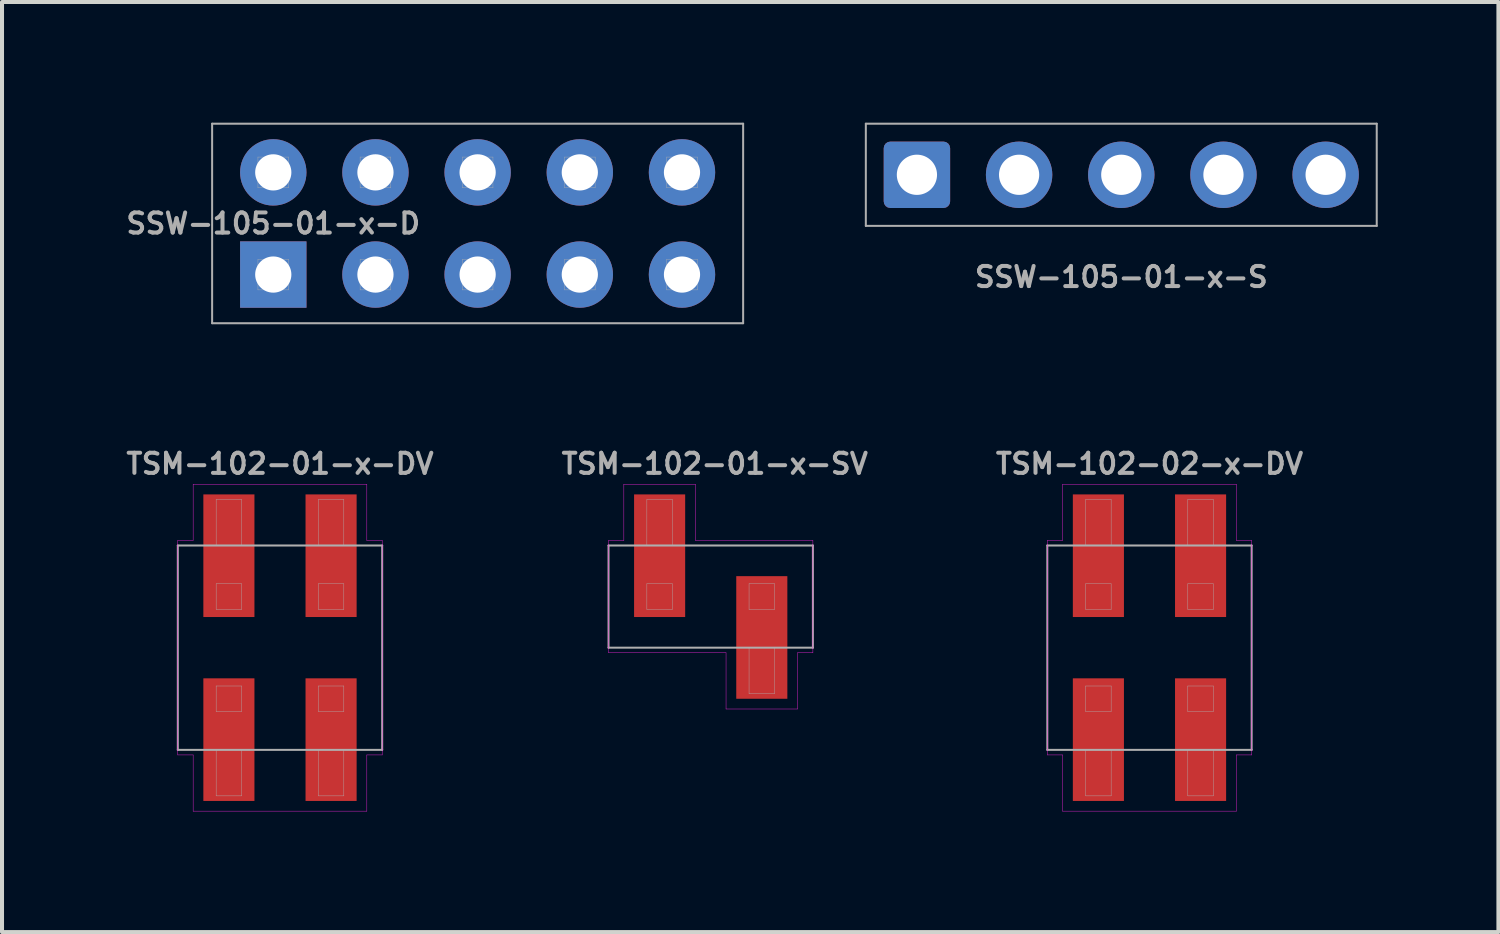
<source format=kicad_pcb>
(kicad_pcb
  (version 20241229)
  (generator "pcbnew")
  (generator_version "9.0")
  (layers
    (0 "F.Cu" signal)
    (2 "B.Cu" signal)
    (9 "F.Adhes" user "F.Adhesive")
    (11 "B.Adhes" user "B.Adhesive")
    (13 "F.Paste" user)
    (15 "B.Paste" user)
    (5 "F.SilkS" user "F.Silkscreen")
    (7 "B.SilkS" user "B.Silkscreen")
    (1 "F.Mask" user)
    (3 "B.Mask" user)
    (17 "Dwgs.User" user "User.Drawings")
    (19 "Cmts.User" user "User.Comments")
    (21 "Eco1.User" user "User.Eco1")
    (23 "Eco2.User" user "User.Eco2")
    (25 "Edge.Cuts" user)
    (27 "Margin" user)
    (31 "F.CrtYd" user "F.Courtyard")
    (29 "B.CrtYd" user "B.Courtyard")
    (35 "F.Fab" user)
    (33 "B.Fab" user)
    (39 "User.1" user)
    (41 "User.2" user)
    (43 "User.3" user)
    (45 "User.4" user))
  (footprint "SSW-105-01-x-D"
    (layer "F.Cu")
    (at 8.823 2.505)
    (property "Reference" "SSW-105-01-x-D" (at -5.08 0 0) (layer "F.Fab") (effects (font (size 0.5 0.5) (thickness 0.1))))
    (attr smd)
    (fp_line (start -6.6 -2.48) (end 6.6 -2.48) (stroke (width 0.05) (type solid)) (layer "F.Fab"))
    (fp_line (start -6.6 2.48) (end -6.6 -2.48) (stroke (width 0.05) (type solid)) (layer "F.Fab"))
    (fp_line (start -5.461 -1.651) (end -4.699 -1.651) (stroke (width 0.01) (type solid)) (layer "F.Fab"))
    (fp_line (start -5.461 -0.889) (end -5.461 -1.651) (stroke (width 0.01) (type solid)) (layer "F.Fab"))
    (fp_line (start -5.461 0.889) (end -4.699 0.889) (stroke (width 0.01) (type solid)) (layer "F.Fab"))
    (fp_line (start -5.461 1.651) (end -5.461 0.889) (stroke (width 0.01) (type solid)) (layer "F.Fab"))
    (fp_line (start -4.699 -1.651) (end -4.699 -0.889) (stroke (width 0.01) (type solid)) (layer "F.Fab"))
    (fp_line (start -4.699 -0.889) (end -5.461 -0.889) (stroke (width 0.01) (type solid)) (layer "F.Fab"))
    (fp_line (start -4.699 0.889) (end -4.699 1.651) (stroke (width 0.01) (type solid)) (layer "F.Fab"))
    (fp_line (start -4.699 1.651) (end -5.461 1.651) (stroke (width 0.01) (type solid)) (layer "F.Fab"))
    (fp_line (start -2.921 -1.651) (end -2.159 -1.651) (stroke (width 0.01) (type solid)) (layer "F.Fab"))
    (fp_line (start -2.921 -0.889) (end -2.921 -1.651) (stroke (width 0.01) (type solid)) (layer "F.Fab"))
    (fp_line (start -2.921 0.889) (end -2.159 0.889) (stroke (width 0.01) (type solid)) (layer "F.Fab"))
    (fp_line (start -2.921 1.651) (end -2.921 0.889) (stroke (width 0.01) (type solid)) (layer "F.Fab"))
    (fp_line (start -2.159 -1.651) (end -2.159 -0.889) (stroke (width 0.01) (type solid)) (layer "F.Fab"))
    (fp_line (start -2.159 -0.889) (end -2.921 -0.889) (stroke (width 0.01) (type solid)) (layer "F.Fab"))
    (fp_line (start -2.159 0.889) (end -2.159 1.651) (stroke (width 0.01) (type solid)) (layer "F.Fab"))
    (fp_line (start -2.159 1.651) (end -2.921 1.651) (stroke (width 0.01) (type solid)) (layer "F.Fab"))
    (fp_line (start -0.381 -1.651) (end 0.381 -1.651) (stroke (width 0.01) (type solid)) (layer "F.Fab"))
    (fp_line (start -0.381 -0.889) (end -0.381 -1.651) (stroke (width 0.01) (type solid)) (layer "F.Fab"))
    (fp_line (start -0.381 0.889) (end 0.381 0.889) (stroke (width 0.01) (type solid)) (layer "F.Fab"))
    (fp_line (start -0.381 1.651) (end -0.381 0.889) (stroke (width 0.01) (type solid)) (layer "F.Fab"))
    (fp_line (start 0.381 -1.651) (end 0.381 -0.889) (stroke (width 0.01) (type solid)) (layer "F.Fab"))
    (fp_line (start 0.381 -0.889) (end -0.381 -0.889) (stroke (width 0.01) (type solid)) (layer "F.Fab"))
    (fp_line (start 0.381 0.889) (end 0.381 1.651) (stroke (width 0.01) (type solid)) (layer "F.Fab"))
    (fp_line (start 0.381 1.651) (end -0.381 1.651) (stroke (width 0.01) (type solid)) (layer "F.Fab"))
    (fp_line (start 2.159 -1.651) (end 2.921 -1.651) (stroke (width 0.01) (type solid)) (layer "F.Fab"))
    (fp_line (start 2.159 -0.889) (end 2.159 -1.651) (stroke (width 0.01) (type solid)) (layer "F.Fab"))
    (fp_line (start 2.159 0.889) (end 2.921 0.889) (stroke (width 0.01) (type solid)) (layer "F.Fab"))
    (fp_line (start 2.159 1.651) (end 2.159 0.889) (stroke (width 0.01) (type solid)) (layer "F.Fab"))
    (fp_line (start 2.921 -1.651) (end 2.921 -0.889) (stroke (width 0.01) (type solid)) (layer "F.Fab"))
    (fp_line (start 2.921 -0.889) (end 2.159 -0.889) (stroke (width 0.01) (type solid)) (layer "F.Fab"))
    (fp_line (start 2.921 0.889) (end 2.921 1.651) (stroke (width 0.01) (type solid)) (layer "F.Fab"))
    (fp_line (start 2.921 1.651) (end 2.159 1.651) (stroke (width 0.01) (type solid)) (layer "F.Fab"))
    (fp_line (start 4.699 -1.651) (end 5.461 -1.651) (stroke (width 0.01) (type solid)) (layer "F.Fab"))
    (fp_line (start 4.699 -0.889) (end 4.699 -1.651) (stroke (width 0.01) (type solid)) (layer "F.Fab"))
    (fp_line (start 4.699 0.889) (end 5.461 0.889) (stroke (width 0.01) (type solid)) (layer "F.Fab"))
    (fp_line (start 4.699 1.651) (end 4.699 0.889) (stroke (width 0.01) (type solid)) (layer "F.Fab"))
    (fp_line (start 5.461 -1.651) (end 5.461 -0.889) (stroke (width 0.01) (type solid)) (layer "F.Fab"))
    (fp_line (start 5.461 -0.889) (end 4.699 -0.889) (stroke (width 0.01) (type solid)) (layer "F.Fab"))
    (fp_line (start 5.461 0.889) (end 5.461 1.651) (stroke (width 0.01) (type solid)) (layer "F.Fab"))
    (fp_line (start 5.461 1.651) (end 4.699 1.651) (stroke (width 0.01) (type solid)) (layer "F.Fab"))
    (fp_line (start 6.6 -2.48) (end 6.6 2.48) (stroke (width 0.05) (type solid)) (layer "F.Fab"))
    (fp_line (start 6.6 2.48) (end -6.6 2.48) (stroke (width 0.05) (type solid)) (layer "F.Fab"))
    (pad "1" thru_hole rect (at -5.08 1.27) (size 1.65 1.65) (drill 0.9) (layers "*.Cu" "*.Mask"))
    (pad "2" thru_hole circle (at -5.08 -1.27) (size 1.65 1.65) (drill 0.9) (layers "*.Cu" "*.Mask"))
    (pad "3" thru_hole circle (at -2.54 1.27) (size 1.65 1.65) (drill 0.9) (layers "*.Cu" "*.Mask"))
    (pad "4" thru_hole circle (at -2.54 -1.27) (size 1.65 1.65) (drill 0.9) (layers "*.Cu" "*.Mask"))
    (pad "5" thru_hole circle (at 0 1.27) (size 1.65 1.65) (drill 0.9) (layers "*.Cu" "*.Mask"))
    (pad "6" thru_hole circle (at 0 -1.27) (size 1.65 1.65) (drill 0.9) (layers "*.Cu" "*.Mask"))
    (pad "7" thru_hole circle (at 2.54 1.27) (size 1.65 1.65) (drill 0.9) (layers "*.Cu" "*.Mask"))
    (pad "8" thru_hole circle (at 2.54 -1.27) (size 1.65 1.65) (drill 0.9) (layers "*.Cu" "*.Mask"))
    (pad "9" thru_hole circle (at 5.08 1.27) (size 1.65 1.65) (drill 0.9) (layers "*.Cu" "*.Mask"))
    (pad "10" thru_hole circle (at 5.08 -1.27) (size 1.65 1.65) (drill 0.9) (layers "*.Cu" "*.Mask")))
  (footprint "TSM-102-01-x-DV"
    (layer "F.Cu")
    (at 3.91 13.05)
    (property "Reference" "TSM-102-01-x-DV" (at 0 -4.572 0) (layer "F.Fab") (effects (font (size 0.5 0.5) (thickness 0.1))))
    (attr smd)
    (fp_line (start -2.54 -2.667) (end -2.54 2.667) (stroke (width 0.01) (type solid)) (layer "F.CrtYd"))
    (fp_line (start -2.54 -2.667) (end -2.159 -2.667) (stroke (width 0.01) (type solid)) (layer "F.CrtYd"))
    (fp_line (start -2.54 2.667) (end -2.159 2.667) (stroke (width 0.01) (type solid)) (layer "F.CrtYd"))
    (fp_line (start -2.159 -4.064) (end 2.159 -4.064) (stroke (width 0.01) (type solid)) (layer "F.CrtYd"))
    (fp_line (start -2.159 -2.667) (end -2.159 -4.064) (stroke (width 0.01) (type solid)) (layer "F.CrtYd"))
    (fp_line (start -2.159 2.667) (end -2.159 4.064) (stroke (width 0.01) (type solid)) (layer "F.CrtYd"))
    (fp_line (start -2.159 4.064) (end 2.159 4.064) (stroke (width 0.01) (type solid)) (layer "F.CrtYd"))
    (fp_line (start 2.159 -4.064) (end 2.159 -2.667) (stroke (width 0.01) (type solid)) (layer "F.CrtYd"))
    (fp_line (start 2.159 -2.667) (end 2.54 -2.667) (stroke (width 0.01) (type solid)) (layer "F.CrtYd"))
    (fp_line (start 2.159 2.667) (end 2.54 2.667) (stroke (width 0.01) (type solid)) (layer "F.CrtYd"))
    (fp_line (start 2.159 4.064) (end 2.159 2.667) (stroke (width 0.01) (type solid)) (layer "F.CrtYd"))
    (fp_line (start 2.54 2.667) (end 2.54 -2.667) (stroke (width 0.01) (type solid)) (layer "F.CrtYd"))
    (fp_line (start -2.54 -2.54) (end 2.54 -2.54) (stroke (width 0.05) (type solid)) (layer "F.Fab"))
    (fp_line (start -2.54 2.54) (end -2.54 -2.54) (stroke (width 0.05) (type solid)) (layer "F.Fab"))
    (fp_line (start -1.587 -3.683) (end -0.953 -3.683) (stroke (width 0.01) (type solid)) (layer "F.Fab"))
    (fp_line (start -1.587 -2.54) (end -1.587 -3.683) (stroke (width 0.01) (type solid)) (layer "F.Fab"))
    (fp_line (start -1.587 -1.587) (end -1.587 -0.953) (stroke (width 0.01) (type solid)) (layer "F.Fab"))
    (fp_line (start -1.587 -0.953) (end -0.953 -0.953) (stroke (width 0.01) (type solid)) (layer "F.Fab"))
    (fp_line (start -1.587 0.953) (end -1.587 1.587) (stroke (width 0.01) (type solid)) (layer "F.Fab"))
    (fp_line (start -1.587 1.587) (end -0.953 1.587) (stroke (width 0.01) (type solid)) (layer "F.Fab"))
    (fp_line (start -1.587 3.683) (end -1.587 2.54) (stroke (width 0.01) (type solid)) (layer "F.Fab"))
    (fp_line (start -0.953 -3.683) (end -0.953 -2.54) (stroke (width 0.01) (type solid)) (layer "F.Fab"))
    (fp_line (start -0.953 -1.587) (end -1.587 -1.587) (stroke (width 0.01) (type solid)) (layer "F.Fab"))
    (fp_line (start -0.953 -0.953) (end -0.953 -1.587) (stroke (width 0.01) (type solid)) (layer "F.Fab"))
    (fp_line (start -0.953 0.953) (end -1.587 0.953) (stroke (width 0.01) (type solid)) (layer "F.Fab"))
    (fp_line (start -0.953 1.587) (end -0.953 0.953) (stroke (width 0.01) (type solid)) (layer "F.Fab"))
    (fp_line (start -0.953 2.54) (end -0.953 3.683) (stroke (width 0.01) (type solid)) (layer "F.Fab"))
    (fp_line (start -0.953 3.683) (end -1.587 3.683) (stroke (width 0.01) (type solid)) (layer "F.Fab"))
    (fp_line (start 0.953 -3.683) (end 1.587 -3.683) (stroke (width 0.01) (type solid)) (layer "F.Fab"))
    (fp_line (start 0.953 -2.54) (end 0.953 -3.683) (stroke (width 0.01) (type solid)) (layer "F.Fab"))
    (fp_line (start 0.953 -1.587) (end 0.953 -0.953) (stroke (width 0.01) (type solid)) (layer "F.Fab"))
    (fp_line (start 0.953 -0.953) (end 1.587 -0.953) (stroke (width 0.01) (type solid)) (layer "F.Fab"))
    (fp_line (start 0.953 0.953) (end 0.953 1.587) (stroke (width 0.01) (type solid)) (layer "F.Fab"))
    (fp_line (start 0.953 1.587) (end 1.587 1.587) (stroke (width 0.01) (type solid)) (layer "F.Fab"))
    (fp_line (start 0.953 3.683) (end 0.953 2.54) (stroke (width 0.01) (type solid)) (layer "F.Fab"))
    (fp_line (start 1.587 -3.683) (end 1.587 -2.54) (stroke (width 0.01) (type solid)) (layer "F.Fab"))
    (fp_line (start 1.587 -1.587) (end 0.953 -1.587) (stroke (width 0.01) (type solid)) (layer "F.Fab"))
    (fp_line (start 1.587 -0.953) (end 1.587 -1.587) (stroke (width 0.01) (type solid)) (layer "F.Fab"))
    (fp_line (start 1.587 0.953) (end 0.953 0.953) (stroke (width 0.01) (type solid)) (layer "F.Fab"))
    (fp_line (start 1.587 1.587) (end 1.587 0.953) (stroke (width 0.01) (type solid)) (layer "F.Fab"))
    (fp_line (start 1.587 2.54) (end 1.587 3.683) (stroke (width 0.01) (type solid)) (layer "F.Fab"))
    (fp_line (start 1.587 3.683) (end 0.953 3.683) (stroke (width 0.01) (type solid)) (layer "F.Fab"))
    (fp_line (start 2.54 -2.54) (end 2.54 2.54) (stroke (width 0.05) (type solid)) (layer "F.Fab"))
    (fp_line (start 2.54 2.54) (end -2.54 2.54) (stroke (width 0.05) (type solid)) (layer "F.Fab"))
    (pad "1" smd rect (at -1.27 2.286) (size 1.27 3.048) (layers "F.Cu" "F.Mask" "F.Paste"))
    (pad "2" smd rect (at -1.27 -2.286) (size 1.27 3.048) (layers "F.Cu" "F.Mask" "F.Paste"))
    (pad "3" smd rect (at 1.27 2.286) (size 1.27 3.048) (layers "F.Cu" "F.Mask" "F.Paste"))
    (pad "4" smd rect (at 1.27 -2.286) (size 1.27 3.048) (layers "F.Cu" "F.Mask" "F.Paste")))
  (footprint "TSM-102-01-x-SV"
    (layer "F.Cu")
    (at 14.617 11.78)
    (property "Reference" "TSM-102-01-x-SV" (at 0.1 -3.302 0) (layer "F.Fab") (effects (font (size 0.5 0.5) (thickness 0.1))))
    (attr smd)
    (fp_line (start -2.54 -1.397) (end -2.54 1.397) (stroke (width 0.01) (type solid)) (layer "F.CrtYd"))
    (fp_line (start -2.54 -1.397) (end -2.159 -1.397) (stroke (width 0.01) (type solid)) (layer "F.CrtYd"))
    (fp_line (start -2.54 1.397) (end 0.381 1.397) (stroke (width 0.01) (type solid)) (layer "F.CrtYd"))
    (fp_line (start -2.159 -2.794) (end -0.381 -2.794) (stroke (width 0.01) (type solid)) (layer "F.CrtYd"))
    (fp_line (start -2.159 -1.397) (end -2.159 -2.794) (stroke (width 0.01) (type solid)) (layer "F.CrtYd"))
    (fp_line (start -0.381 -2.794) (end -0.381 -1.397) (stroke (width 0.01) (type solid)) (layer "F.CrtYd"))
    (fp_line (start -0.381 -1.397) (end 2.54 -1.397) (stroke (width 0.01) (type solid)) (layer "F.CrtYd"))
    (fp_line (start 0.381 1.397) (end 0.381 2.794) (stroke (width 0.01) (type solid)) (layer "F.CrtYd"))
    (fp_line (start 0.381 2.794) (end 2.159 2.794) (stroke (width 0.01) (type solid)) (layer "F.CrtYd"))
    (fp_line (start 2.159 1.397) (end 2.54 1.397) (stroke (width 0.01) (type solid)) (layer "F.CrtYd"))
    (fp_line (start 2.159 2.794) (end 2.159 1.397) (stroke (width 0.01) (type solid)) (layer "F.CrtYd"))
    (fp_line (start 2.54 1.397) (end 2.54 -1.397) (stroke (width 0.01) (type solid)) (layer "F.CrtYd"))
    (fp_line (start -2.54 -1.27) (end -2.54 1.27) (stroke (width 0.05) (type solid)) (layer "F.Fab"))
    (fp_line (start -2.54 1.27) (end 2.54 1.27) (stroke (width 0.05) (type solid)) (layer "F.Fab"))
    (fp_line (start -1.587 -2.413) (end -0.953 -2.413) (stroke (width 0.01) (type solid)) (layer "F.Fab"))
    (fp_line (start -1.587 -1.27) (end -1.587 -2.413) (stroke (width 0.01) (type solid)) (layer "F.Fab"))
    (fp_line (start -1.587 -0.318) (end -1.587 0.318) (stroke (width 0.01) (type solid)) (layer "F.Fab"))
    (fp_line (start -1.587 0.318) (end -0.953 0.318) (stroke (width 0.01) (type solid)) (layer "F.Fab"))
    (fp_line (start -0.953 -2.413) (end -0.953 -1.27) (stroke (width 0.01) (type solid)) (layer "F.Fab"))
    (fp_line (start -0.953 -0.318) (end -1.587 -0.318) (stroke (width 0.01) (type solid)) (layer "F.Fab"))
    (fp_line (start -0.953 0.318) (end -0.953 -0.318) (stroke (width 0.01) (type solid)) (layer "F.Fab"))
    (fp_line (start 0.953 -0.318) (end 0.953 0.318) (stroke (width 0.01) (type solid)) (layer "F.Fab"))
    (fp_line (start 0.953 0.318) (end 1.587 0.318) (stroke (width 0.01) (type solid)) (layer "F.Fab"))
    (fp_line (start 0.953 2.413) (end 0.953 1.27) (stroke (width 0.01) (type solid)) (layer "F.Fab"))
    (fp_line (start 1.587 -0.318) (end 0.953 -0.318) (stroke (width 0.01) (type solid)) (layer "F.Fab"))
    (fp_line (start 1.587 0.318) (end 1.587 -0.318) (stroke (width 0.01) (type solid)) (layer "F.Fab"))
    (fp_line (start 1.587 1.27) (end 1.587 2.413) (stroke (width 0.01) (type solid)) (layer "F.Fab"))
    (fp_line (start 1.587 2.413) (end 0.953 2.413) (stroke (width 0.01) (type solid)) (layer "F.Fab"))
    (fp_line (start 2.54 -1.27) (end -2.54 -1.27) (stroke (width 0.05) (type solid)) (layer "F.Fab"))
    (fp_line (start 2.54 1.27) (end 2.54 -1.27) (stroke (width 0.05) (type solid)) (layer "F.Fab"))
    (pad "1" smd rect (at -1.27 -1.016) (size 1.27 3.048) (layers "F.Cu" "F.Mask" "F.Paste"))
    (pad "2" smd rect (at 1.27 1.016) (size 1.27 3.048) (layers "F.Cu" "F.Mask" "F.Paste")))
  (footprint "TSM-102-02-x-DV"
    (layer "F.Cu")
    (at 25.524 13.05)
    (property "Reference" "TSM-102-02-x-DV" (at 0 -4.572 0) (layer "F.Fab") (effects (font (size 0.5 0.5) (thickness 0.1))))
    (attr smd)
    (fp_line (start -2.54 -2.667) (end -2.54 2.667) (stroke (width 0.01) (type solid)) (layer "F.CrtYd"))
    (fp_line (start -2.54 -2.667) (end -2.159 -2.667) (stroke (width 0.01) (type solid)) (layer "F.CrtYd"))
    (fp_line (start -2.54 2.667) (end -2.159 2.667) (stroke (width 0.01) (type solid)) (layer "F.CrtYd"))
    (fp_line (start -2.159 -4.064) (end 2.159 -4.064) (stroke (width 0.01) (type solid)) (layer "F.CrtYd"))
    (fp_line (start -2.159 -2.667) (end -2.159 -4.064) (stroke (width 0.01) (type solid)) (layer "F.CrtYd"))
    (fp_line (start -2.159 2.667) (end -2.159 4.064) (stroke (width 0.01) (type solid)) (layer "F.CrtYd"))
    (fp_line (start -2.159 4.064) (end 2.159 4.064) (stroke (width 0.01) (type solid)) (layer "F.CrtYd"))
    (fp_line (start 2.159 -4.064) (end 2.159 -2.667) (stroke (width 0.01) (type solid)) (layer "F.CrtYd"))
    (fp_line (start 2.159 -2.667) (end 2.54 -2.667) (stroke (width 0.01) (type solid)) (layer "F.CrtYd"))
    (fp_line (start 2.159 2.667) (end 2.54 2.667) (stroke (width 0.01) (type solid)) (layer "F.CrtYd"))
    (fp_line (start 2.159 4.064) (end 2.159 2.667) (stroke (width 0.01) (type solid)) (layer "F.CrtYd"))
    (fp_line (start 2.54 2.667) (end 2.54 -2.667) (stroke (width 0.01) (type solid)) (layer "F.CrtYd"))
    (fp_line (start -2.54 -2.54) (end 2.54 -2.54) (stroke (width 0.05) (type solid)) (layer "F.Fab"))
    (fp_line (start -2.54 2.54) (end -2.54 -2.54) (stroke (width 0.05) (type solid)) (layer "F.Fab"))
    (fp_line (start -1.587 -3.683) (end -0.953 -3.683) (stroke (width 0.01) (type solid)) (layer "F.Fab"))
    (fp_line (start -1.587 -2.54) (end -1.587 -3.683) (stroke (width 0.01) (type solid)) (layer "F.Fab"))
    (fp_line (start -1.587 -1.587) (end -1.587 -0.953) (stroke (width 0.01) (type solid)) (layer "F.Fab"))
    (fp_line (start -1.587 -0.953) (end -0.953 -0.953) (stroke (width 0.01) (type solid)) (layer "F.Fab"))
    (fp_line (start -1.587 0.953) (end -1.587 1.587) (stroke (width 0.01) (type solid)) (layer "F.Fab"))
    (fp_line (start -1.587 1.587) (end -0.953 1.587) (stroke (width 0.01) (type solid)) (layer "F.Fab"))
    (fp_line (start -1.587 3.683) (end -1.587 2.54) (stroke (width 0.01) (type solid)) (layer "F.Fab"))
    (fp_line (start -0.953 -3.683) (end -0.953 -2.54) (stroke (width 0.01) (type solid)) (layer "F.Fab"))
    (fp_line (start -0.953 -1.587) (end -1.587 -1.587) (stroke (width 0.01) (type solid)) (layer "F.Fab"))
    (fp_line (start -0.953 -0.953) (end -0.953 -1.587) (stroke (width 0.01) (type solid)) (layer "F.Fab"))
    (fp_line (start -0.953 0.953) (end -1.587 0.953) (stroke (width 0.01) (type solid)) (layer "F.Fab"))
    (fp_line (start -0.953 1.587) (end -0.953 0.953) (stroke (width 0.01) (type solid)) (layer "F.Fab"))
    (fp_line (start -0.953 2.54) (end -0.953 3.683) (stroke (width 0.01) (type solid)) (layer "F.Fab"))
    (fp_line (start -0.953 3.683) (end -1.587 3.683) (stroke (width 0.01) (type solid)) (layer "F.Fab"))
    (fp_line (start 0.953 -3.683) (end 1.587 -3.683) (stroke (width 0.01) (type solid)) (layer "F.Fab"))
    (fp_line (start 0.953 -2.54) (end 0.953 -3.683) (stroke (width 0.01) (type solid)) (layer "F.Fab"))
    (fp_line (start 0.953 -1.587) (end 0.953 -0.953) (stroke (width 0.01) (type solid)) (layer "F.Fab"))
    (fp_line (start 0.953 -0.953) (end 1.587 -0.953) (stroke (width 0.01) (type solid)) (layer "F.Fab"))
    (fp_line (start 0.953 0.953) (end 0.953 1.587) (stroke (width 0.01) (type solid)) (layer "F.Fab"))
    (fp_line (start 0.953 1.587) (end 1.587 1.587) (stroke (width 0.01) (type solid)) (layer "F.Fab"))
    (fp_line (start 0.953 3.683) (end 0.953 2.54) (stroke (width 0.01) (type solid)) (layer "F.Fab"))
    (fp_line (start 1.587 -3.683) (end 1.587 -2.54) (stroke (width 0.01) (type solid)) (layer "F.Fab"))
    (fp_line (start 1.587 -1.587) (end 0.953 -1.587) (stroke (width 0.01) (type solid)) (layer "F.Fab"))
    (fp_line (start 1.587 -0.953) (end 1.587 -1.587) (stroke (width 0.01) (type solid)) (layer "F.Fab"))
    (fp_line (start 1.587 0.953) (end 0.953 0.953) (stroke (width 0.01) (type solid)) (layer "F.Fab"))
    (fp_line (start 1.587 1.587) (end 1.587 0.953) (stroke (width 0.01) (type solid)) (layer "F.Fab"))
    (fp_line (start 1.587 2.54) (end 1.587 3.683) (stroke (width 0.01) (type solid)) (layer "F.Fab"))
    (fp_line (start 1.587 3.683) (end 0.953 3.683) (stroke (width 0.01) (type solid)) (layer "F.Fab"))
    (fp_line (start 2.54 -2.54) (end 2.54 2.54) (stroke (width 0.05) (type solid)) (layer "F.Fab"))
    (fp_line (start 2.54 2.54) (end -2.54 2.54) (stroke (width 0.05) (type solid)) (layer "F.Fab"))
    (pad "1" smd rect (at -1.27 2.286) (size 1.27 3.048) (layers "F.Cu" "F.Mask" "F.Paste"))
    (pad "2" smd rect (at -1.27 -2.286) (size 1.27 3.048) (layers "F.Cu" "F.Mask" "F.Paste"))
    (pad "3" smd rect (at 1.27 2.286) (size 1.27 3.048) (layers "F.Cu" "F.Mask" "F.Paste"))
    (pad "4" smd rect (at 1.27 -2.286) (size 1.27 3.048) (layers "F.Cu" "F.Mask" "F.Paste")))
  (footprint "SSW-105-01-x-S"
    (layer "F.Cu")
    (at 24.823 1.295)
    (property "Reference" "SSW-105-01-x-S" (at 0 2.54 0) (layer "F.Fab") (effects (font (size 0.5 0.5) (thickness 0.1))))
    (attr through_hole)
    (fp_line (start -6.35 -1.27) (end -6.35 1.27) (stroke (width 0.05) (type solid)) (layer "F.Fab"))
    (fp_line (start -6.35 1.27) (end 6.35 1.27) (stroke (width 0.05) (type solid)) (layer "F.Fab"))
    (fp_line (start 6.35 -1.27) (end -6.35 -1.27) (stroke (width 0.05) (type solid)) (layer "F.Fab"))
    (fp_line (start 6.35 1.27) (end 6.35 -1.27) (stroke (width 0.05) (type solid)) (layer "F.Fab"))
    (pad "1" thru_hole roundrect (at -5.08 0 90) (size 1.651 1.651) (drill 1) (layers "*.Cu" "*.Mask") (roundrect_rratio 0.1))
    (pad "2" thru_hole circle (at -2.54 0 90) (size 1.651 1.651) (drill 1) (layers "*.Cu" "*.Mask"))
    (pad "3" thru_hole circle (at 0 0 90) (size 1.651 1.651) (drill 1) (layers "*.Cu" "*.Mask"))
    (pad "4" thru_hole circle (at 2.54 0 90) (size 1.651 1.651) (drill 1) (layers "*.Cu" "*.Mask"))
    (pad "5" thru_hole circle (at 5.08 0 90) (size 1.651 1.651) (drill 1) (layers "*.Cu" "*.Mask")))
  (gr_rect
    (start -3 -3)
    (end 34.198 20.119)
    (stroke (width 0.1) (type default))
    (fill no)
    (layer "Edge.Cuts")))
</source>
